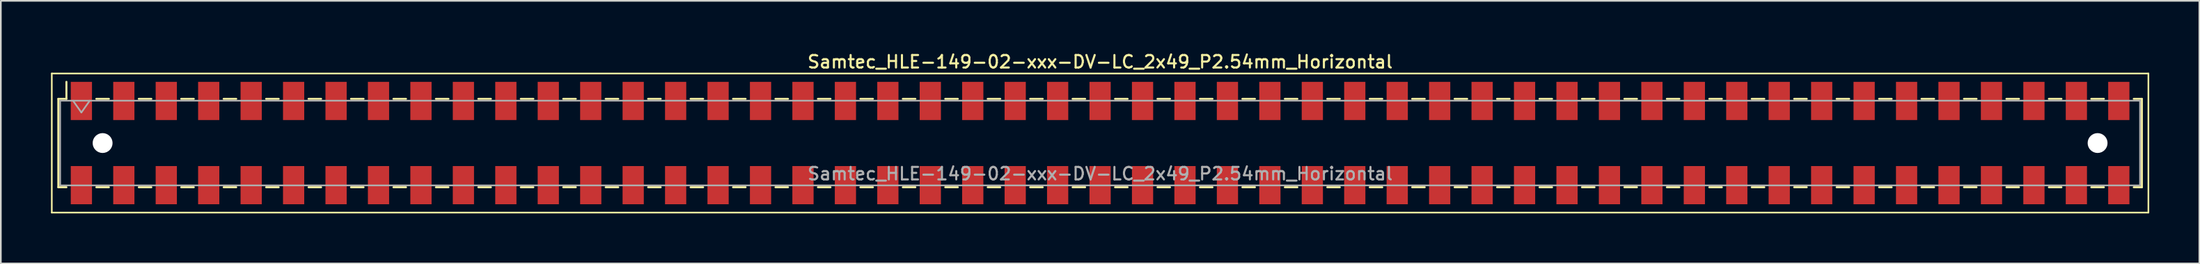
<source format=kicad_pcb>
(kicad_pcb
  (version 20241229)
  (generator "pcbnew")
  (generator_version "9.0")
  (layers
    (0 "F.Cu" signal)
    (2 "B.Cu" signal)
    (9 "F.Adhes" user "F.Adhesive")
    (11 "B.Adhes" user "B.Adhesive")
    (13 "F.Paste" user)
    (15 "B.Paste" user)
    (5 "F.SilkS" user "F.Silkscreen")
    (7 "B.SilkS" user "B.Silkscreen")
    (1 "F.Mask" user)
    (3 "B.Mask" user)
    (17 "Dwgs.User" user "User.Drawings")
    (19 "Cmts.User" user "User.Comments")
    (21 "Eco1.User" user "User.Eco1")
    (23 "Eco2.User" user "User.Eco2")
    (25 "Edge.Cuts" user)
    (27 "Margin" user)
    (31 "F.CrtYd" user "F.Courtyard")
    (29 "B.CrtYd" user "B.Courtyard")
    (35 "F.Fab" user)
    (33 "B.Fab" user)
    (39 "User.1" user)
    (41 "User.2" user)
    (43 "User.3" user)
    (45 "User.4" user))
  (footprint "Samtec_HLE-149-02-xxx-DV-LC_2x49_P2.54mm_Horizontal"
    (layer "F.Cu")
    (at 62.78 5.528)
    (property "Reference" "Samtec_HLE-149-02-xxx-DV-LC_2x49_P2.54mm_Horizontal" (at 0 -4.87 0) (layer "F.SilkS") (effects (font (size 0.75 0.75) (thickness 0.125))))
    (attr smd)
    (fp_line (start -62.73 -4.17) (end 62.73 -4.17) (stroke (width 0.1) (type solid)) (layer "F.SilkS"))
    (fp_line (start -62.73 4.17) (end -62.73 -4.17) (stroke (width 0.1) (type solid)) (layer "F.SilkS"))
    (fp_line (start -62.34 -2.65) (end -62.34 2.65) (stroke (width 0.12) (type solid)) (layer "F.SilkS"))
    (fp_line (start -62.34 2.65) (end -61.855 2.65) (stroke (width 0.12) (type solid)) (layer "F.SilkS"))
    (fp_line (start -61.855 -3.67) (end -61.855 -2.65) (stroke (width 0.12) (type solid)) (layer "F.SilkS"))
    (fp_line (start -61.855 -2.65) (end -62.34 -2.65) (stroke (width 0.12) (type solid)) (layer "F.SilkS"))
    (fp_line (start -60.065 -2.65) (end -59.315 -2.65) (stroke (width 0.12) (type solid)) (layer "F.SilkS"))
    (fp_line (start -60.065 2.65) (end -59.315 2.65) (stroke (width 0.12) (type solid)) (layer "F.SilkS"))
    (fp_line (start -57.525 -2.65) (end -56.775 -2.65) (stroke (width 0.12) (type solid)) (layer "F.SilkS"))
    (fp_line (start -57.525 2.65) (end -56.775 2.65) (stroke (width 0.12) (type solid)) (layer "F.SilkS"))
    (fp_line (start -54.985 -2.65) (end -54.235 -2.65) (stroke (width 0.12) (type solid)) (layer "F.SilkS"))
    (fp_line (start -54.985 2.65) (end -54.235 2.65) (stroke (width 0.12) (type solid)) (layer "F.SilkS"))
    (fp_line (start -52.445 -2.65) (end -51.695 -2.65) (stroke (width 0.12) (type solid)) (layer "F.SilkS"))
    (fp_line (start -52.445 2.65) (end -51.695 2.65) (stroke (width 0.12) (type solid)) (layer "F.SilkS"))
    (fp_line (start -49.905 -2.65) (end -49.155 -2.65) (stroke (width 0.12) (type solid)) (layer "F.SilkS"))
    (fp_line (start -49.905 2.65) (end -49.155 2.65) (stroke (width 0.12) (type solid)) (layer "F.SilkS"))
    (fp_line (start -47.365 -2.65) (end -46.615 -2.65) (stroke (width 0.12) (type solid)) (layer "F.SilkS"))
    (fp_line (start -47.365 2.65) (end -46.615 2.65) (stroke (width 0.12) (type solid)) (layer "F.SilkS"))
    (fp_line (start -44.825 -2.65) (end -44.075 -2.65) (stroke (width 0.12) (type solid)) (layer "F.SilkS"))
    (fp_line (start -44.825 2.65) (end -44.075 2.65) (stroke (width 0.12) (type solid)) (layer "F.SilkS"))
    (fp_line (start -42.285 -2.65) (end -41.535 -2.65) (stroke (width 0.12) (type solid)) (layer "F.SilkS"))
    (fp_line (start -42.285 2.65) (end -41.535 2.65) (stroke (width 0.12) (type solid)) (layer "F.SilkS"))
    (fp_line (start -39.745 -2.65) (end -38.995 -2.65) (stroke (width 0.12) (type solid)) (layer "F.SilkS"))
    (fp_line (start -39.745 2.65) (end -38.995 2.65) (stroke (width 0.12) (type solid)) (layer "F.SilkS"))
    (fp_line (start -37.205 -2.65) (end -36.455 -2.65) (stroke (width 0.12) (type solid)) (layer "F.SilkS"))
    (fp_line (start -37.205 2.65) (end -36.455 2.65) (stroke (width 0.12) (type solid)) (layer "F.SilkS"))
    (fp_line (start -34.665 -2.65) (end -33.915 -2.65) (stroke (width 0.12) (type solid)) (layer "F.SilkS"))
    (fp_line (start -34.665 2.65) (end -33.915 2.65) (stroke (width 0.12) (type solid)) (layer "F.SilkS"))
    (fp_line (start -32.125 -2.65) (end -31.375 -2.65) (stroke (width 0.12) (type solid)) (layer "F.SilkS"))
    (fp_line (start -32.125 2.65) (end -31.375 2.65) (stroke (width 0.12) (type solid)) (layer "F.SilkS"))
    (fp_line (start -29.585 -2.65) (end -28.835 -2.65) (stroke (width 0.12) (type solid)) (layer "F.SilkS"))
    (fp_line (start -29.585 2.65) (end -28.835 2.65) (stroke (width 0.12) (type solid)) (layer "F.SilkS"))
    (fp_line (start -27.045 -2.65) (end -26.295 -2.65) (stroke (width 0.12) (type solid)) (layer "F.SilkS"))
    (fp_line (start -27.045 2.65) (end -26.295 2.65) (stroke (width 0.12) (type solid)) (layer "F.SilkS"))
    (fp_line (start -24.505 -2.65) (end -23.755 -2.65) (stroke (width 0.12) (type solid)) (layer "F.SilkS"))
    (fp_line (start -24.505 2.65) (end -23.755 2.65) (stroke (width 0.12) (type solid)) (layer "F.SilkS"))
    (fp_line (start -21.965 -2.65) (end -21.215 -2.65) (stroke (width 0.12) (type solid)) (layer "F.SilkS"))
    (fp_line (start -21.965 2.65) (end -21.215 2.65) (stroke (width 0.12) (type solid)) (layer "F.SilkS"))
    (fp_line (start -19.425 -2.65) (end -18.675 -2.65) (stroke (width 0.12) (type solid)) (layer "F.SilkS"))
    (fp_line (start -19.425 2.65) (end -18.675 2.65) (stroke (width 0.12) (type solid)) (layer "F.SilkS"))
    (fp_line (start -16.885 -2.65) (end -16.135 -2.65) (stroke (width 0.12) (type solid)) (layer "F.SilkS"))
    (fp_line (start -16.885 2.65) (end -16.135 2.65) (stroke (width 0.12) (type solid)) (layer "F.SilkS"))
    (fp_line (start -14.345 -2.65) (end -13.595 -2.65) (stroke (width 0.12) (type solid)) (layer "F.SilkS"))
    (fp_line (start -14.345 2.65) (end -13.595 2.65) (stroke (width 0.12) (type solid)) (layer "F.SilkS"))
    (fp_line (start -11.805 -2.65) (end -11.055 -2.65) (stroke (width 0.12) (type solid)) (layer "F.SilkS"))
    (fp_line (start -11.805 2.65) (end -11.055 2.65) (stroke (width 0.12) (type solid)) (layer "F.SilkS"))
    (fp_line (start -9.265 -2.65) (end -8.515 -2.65) (stroke (width 0.12) (type solid)) (layer "F.SilkS"))
    (fp_line (start -9.265 2.65) (end -8.515 2.65) (stroke (width 0.12) (type solid)) (layer "F.SilkS"))
    (fp_line (start -6.725 -2.65) (end -5.975 -2.65) (stroke (width 0.12) (type solid)) (layer "F.SilkS"))
    (fp_line (start -6.725 2.65) (end -5.975 2.65) (stroke (width 0.12) (type solid)) (layer "F.SilkS"))
    (fp_line (start -4.185 -2.65) (end -3.435 -2.65) (stroke (width 0.12) (type solid)) (layer "F.SilkS"))
    (fp_line (start -4.185 2.65) (end -3.435 2.65) (stroke (width 0.12) (type solid)) (layer "F.SilkS"))
    (fp_line (start -1.645 -2.65) (end -0.895 -2.65) (stroke (width 0.12) (type solid)) (layer "F.SilkS"))
    (fp_line (start -1.645 2.65) (end -0.895 2.65) (stroke (width 0.12) (type solid)) (layer "F.SilkS"))
    (fp_line (start 0.895 -2.65) (end 1.645 -2.65) (stroke (width 0.12) (type solid)) (layer "F.SilkS"))
    (fp_line (start 0.895 2.65) (end 1.645 2.65) (stroke (width 0.12) (type solid)) (layer "F.SilkS"))
    (fp_line (start 3.435 -2.65) (end 4.185 -2.65) (stroke (width 0.12) (type solid)) (layer "F.SilkS"))
    (fp_line (start 3.435 2.65) (end 4.185 2.65) (stroke (width 0.12) (type solid)) (layer "F.SilkS"))
    (fp_line (start 5.975 -2.65) (end 6.725 -2.65) (stroke (width 0.12) (type solid)) (layer "F.SilkS"))
    (fp_line (start 5.975 2.65) (end 6.725 2.65) (stroke (width 0.12) (type solid)) (layer "F.SilkS"))
    (fp_line (start 8.515 -2.65) (end 9.265 -2.65) (stroke (width 0.12) (type solid)) (layer "F.SilkS"))
    (fp_line (start 8.515 2.65) (end 9.265 2.65) (stroke (width 0.12) (type solid)) (layer "F.SilkS"))
    (fp_line (start 11.055 -2.65) (end 11.805 -2.65) (stroke (width 0.12) (type solid)) (layer "F.SilkS"))
    (fp_line (start 11.055 2.65) (end 11.805 2.65) (stroke (width 0.12) (type solid)) (layer "F.SilkS"))
    (fp_line (start 13.595 -2.65) (end 14.345 -2.65) (stroke (width 0.12) (type solid)) (layer "F.SilkS"))
    (fp_line (start 13.595 2.65) (end 14.345 2.65) (stroke (width 0.12) (type solid)) (layer "F.SilkS"))
    (fp_line (start 16.135 -2.65) (end 16.885 -2.65) (stroke (width 0.12) (type solid)) (layer "F.SilkS"))
    (fp_line (start 16.135 2.65) (end 16.885 2.65) (stroke (width 0.12) (type solid)) (layer "F.SilkS"))
    (fp_line (start 18.675 -2.65) (end 19.425 -2.65) (stroke (width 0.12) (type solid)) (layer "F.SilkS"))
    (fp_line (start 18.675 2.65) (end 19.425 2.65) (stroke (width 0.12) (type solid)) (layer "F.SilkS"))
    (fp_line (start 21.215 -2.65) (end 21.965 -2.65) (stroke (width 0.12) (type solid)) (layer "F.SilkS"))
    (fp_line (start 21.215 2.65) (end 21.965 2.65) (stroke (width 0.12) (type solid)) (layer "F.SilkS"))
    (fp_line (start 23.755 -2.65) (end 24.505 -2.65) (stroke (width 0.12) (type solid)) (layer "F.SilkS"))
    (fp_line (start 23.755 2.65) (end 24.505 2.65) (stroke (width 0.12) (type solid)) (layer "F.SilkS"))
    (fp_line (start 26.295 -2.65) (end 27.045 -2.65) (stroke (width 0.12) (type solid)) (layer "F.SilkS"))
    (fp_line (start 26.295 2.65) (end 27.045 2.65) (stroke (width 0.12) (type solid)) (layer "F.SilkS"))
    (fp_line (start 28.835 -2.65) (end 29.585 -2.65) (stroke (width 0.12) (type solid)) (layer "F.SilkS"))
    (fp_line (start 28.835 2.65) (end 29.585 2.65) (stroke (width 0.12) (type solid)) (layer "F.SilkS"))
    (fp_line (start 31.375 -2.65) (end 32.125 -2.65) (stroke (width 0.12) (type solid)) (layer "F.SilkS"))
    (fp_line (start 31.375 2.65) (end 32.125 2.65) (stroke (width 0.12) (type solid)) (layer "F.SilkS"))
    (fp_line (start 33.915 -2.65) (end 34.665 -2.65) (stroke (width 0.12) (type solid)) (layer "F.SilkS"))
    (fp_line (start 33.915 2.65) (end 34.665 2.65) (stroke (width 0.12) (type solid)) (layer "F.SilkS"))
    (fp_line (start 36.455 -2.65) (end 37.205 -2.65) (stroke (width 0.12) (type solid)) (layer "F.SilkS"))
    (fp_line (start 36.455 2.65) (end 37.205 2.65) (stroke (width 0.12) (type solid)) (layer "F.SilkS"))
    (fp_line (start 38.995 -2.65) (end 39.745 -2.65) (stroke (width 0.12) (type solid)) (layer "F.SilkS"))
    (fp_line (start 38.995 2.65) (end 39.745 2.65) (stroke (width 0.12) (type solid)) (layer "F.SilkS"))
    (fp_line (start 41.535 -2.65) (end 42.285 -2.65) (stroke (width 0.12) (type solid)) (layer "F.SilkS"))
    (fp_line (start 41.535 2.65) (end 42.285 2.65) (stroke (width 0.12) (type solid)) (layer "F.SilkS"))
    (fp_line (start 44.075 -2.65) (end 44.825 -2.65) (stroke (width 0.12) (type solid)) (layer "F.SilkS"))
    (fp_line (start 44.075 2.65) (end 44.825 2.65) (stroke (width 0.12) (type solid)) (layer "F.SilkS"))
    (fp_line (start 46.615 -2.65) (end 47.365 -2.65) (stroke (width 0.12) (type solid)) (layer "F.SilkS"))
    (fp_line (start 46.615 2.65) (end 47.365 2.65) (stroke (width 0.12) (type solid)) (layer "F.SilkS"))
    (fp_line (start 49.155 -2.65) (end 49.905 -2.65) (stroke (width 0.12) (type solid)) (layer "F.SilkS"))
    (fp_line (start 49.155 2.65) (end 49.905 2.65) (stroke (width 0.12) (type solid)) (layer "F.SilkS"))
    (fp_line (start 51.695 -2.65) (end 52.445 -2.65) (stroke (width 0.12) (type solid)) (layer "F.SilkS"))
    (fp_line (start 51.695 2.65) (end 52.445 2.65) (stroke (width 0.12) (type solid)) (layer "F.SilkS"))
    (fp_line (start 54.235 -2.65) (end 54.985 -2.65) (stroke (width 0.12) (type solid)) (layer "F.SilkS"))
    (fp_line (start 54.235 2.65) (end 54.985 2.65) (stroke (width 0.12) (type solid)) (layer "F.SilkS"))
    (fp_line (start 56.775 -2.65) (end 57.525 -2.65) (stroke (width 0.12) (type solid)) (layer "F.SilkS"))
    (fp_line (start 56.775 2.65) (end 57.525 2.65) (stroke (width 0.12) (type solid)) (layer "F.SilkS"))
    (fp_line (start 59.315 -2.65) (end 60.065 -2.65) (stroke (width 0.12) (type solid)) (layer "F.SilkS"))
    (fp_line (start 59.315 2.65) (end 60.065 2.65) (stroke (width 0.12) (type solid)) (layer "F.SilkS"))
    (fp_line (start 61.855 -2.65) (end 62.34 -2.65) (stroke (width 0.12) (type solid)) (layer "F.SilkS"))
    (fp_line (start 62.34 -2.65) (end 62.34 2.65) (stroke (width 0.12) (type solid)) (layer "F.SilkS"))
    (fp_line (start 62.34 2.65) (end 61.855 2.65) (stroke (width 0.12) (type solid)) (layer "F.SilkS"))
    (fp_line (start 62.73 -4.17) (end 62.73 4.17) (stroke (width 0.1) (type solid)) (layer "F.SilkS"))
    (fp_line (start 62.73 4.17) (end -62.73 4.17) (stroke (width 0.1) (type solid)) (layer "F.SilkS"))
    (fp_line (start -62.23 -2.54) (end 62.23 -2.54) (stroke (width 0.1) (type solid)) (layer "F.Fab"))
    (fp_line (start -62.23 2.54) (end -62.23 -2.54) (stroke (width 0.1) (type solid)) (layer "F.Fab"))
    (fp_line (start -61.46 -2.54) (end -60.96 -1.833) (stroke (width 0.1) (type solid)) (layer "F.Fab"))
    (fp_line (start -60.96 -1.833) (end -60.46 -2.54) (stroke (width 0.1) (type solid)) (layer "F.Fab"))
    (fp_line (start 62.23 -2.54) (end 62.23 2.54) (stroke (width 0.1) (type solid)) (layer "F.Fab"))
    (fp_line (start 62.23 2.54) (end -62.23 2.54) (stroke (width 0.1) (type solid)) (layer "F.Fab"))
    (fp_text user "${REFERENCE}" (at 0 1.84 0) (layer "F.Fab") (effects (font (size 0.75 0.75) (thickness 0.125))))
    (pad "" np_thru_hole circle (at -59.69 0) (size 1.19 1.19) (drill 1.19) (layers "*.Cu" "*.Mask"))
    (pad "" np_thru_hole circle (at 59.69 0) (size 1.19 1.19) (drill 1.19) (layers "*.Cu" "*.Mask"))
    (pad "1" smd rect (at -60.96 -2.525) (size 1.27 2.29) (layers "F.Cu" "F.Mask" "F.Paste"))
    (pad "2" smd rect (at -60.96 2.525) (size 1.27 2.29) (layers "F.Cu" "F.Mask" "F.Paste"))
    (pad "3" smd rect (at -58.42 -2.525) (size 1.27 2.29) (layers "F.Cu" "F.Mask" "F.Paste"))
    (pad "4" smd rect (at -58.42 2.525) (size 1.27 2.29) (layers "F.Cu" "F.Mask" "F.Paste"))
    (pad "5" smd rect (at -55.88 -2.525) (size 1.27 2.29) (layers "F.Cu" "F.Mask" "F.Paste"))
    (pad "6" smd rect (at -55.88 2.525) (size 1.27 2.29) (layers "F.Cu" "F.Mask" "F.Paste"))
    (pad "7" smd rect (at -53.34 -2.525) (size 1.27 2.29) (layers "F.Cu" "F.Mask" "F.Paste"))
    (pad "8" smd rect (at -53.34 2.525) (size 1.27 2.29) (layers "F.Cu" "F.Mask" "F.Paste"))
    (pad "9" smd rect (at -50.8 -2.525) (size 1.27 2.29) (layers "F.Cu" "F.Mask" "F.Paste"))
    (pad "10" smd rect (at -50.8 2.525) (size 1.27 2.29) (layers "F.Cu" "F.Mask" "F.Paste"))
    (pad "11" smd rect (at -48.26 -2.525) (size 1.27 2.29) (layers "F.Cu" "F.Mask" "F.Paste"))
    (pad "12" smd rect (at -48.26 2.525) (size 1.27 2.29) (layers "F.Cu" "F.Mask" "F.Paste"))
    (pad "13" smd rect (at -45.72 -2.525) (size 1.27 2.29) (layers "F.Cu" "F.Mask" "F.Paste"))
    (pad "14" smd rect (at -45.72 2.525) (size 1.27 2.29) (layers "F.Cu" "F.Mask" "F.Paste"))
    (pad "15" smd rect (at -43.18 -2.525) (size 1.27 2.29) (layers "F.Cu" "F.Mask" "F.Paste"))
    (pad "16" smd rect (at -43.18 2.525) (size 1.27 2.29) (layers "F.Cu" "F.Mask" "F.Paste"))
    (pad "17" smd rect (at -40.64 -2.525) (size 1.27 2.29) (layers "F.Cu" "F.Mask" "F.Paste"))
    (pad "18" smd rect (at -40.64 2.525) (size 1.27 2.29) (layers "F.Cu" "F.Mask" "F.Paste"))
    (pad "19" smd rect (at -38.1 -2.525) (size 1.27 2.29) (layers "F.Cu" "F.Mask" "F.Paste"))
    (pad "20" smd rect (at -38.1 2.525) (size 1.27 2.29) (layers "F.Cu" "F.Mask" "F.Paste"))
    (pad "21" smd rect (at -35.56 -2.525) (size 1.27 2.29) (layers "F.Cu" "F.Mask" "F.Paste"))
    (pad "22" smd rect (at -35.56 2.525) (size 1.27 2.29) (layers "F.Cu" "F.Mask" "F.Paste"))
    (pad "23" smd rect (at -33.02 -2.525) (size 1.27 2.29) (layers "F.Cu" "F.Mask" "F.Paste"))
    (pad "24" smd rect (at -33.02 2.525) (size 1.27 2.29) (layers "F.Cu" "F.Mask" "F.Paste"))
    (pad "25" smd rect (at -30.48 -2.525) (size 1.27 2.29) (layers "F.Cu" "F.Mask" "F.Paste"))
    (pad "26" smd rect (at -30.48 2.525) (size 1.27 2.29) (layers "F.Cu" "F.Mask" "F.Paste"))
    (pad "27" smd rect (at -27.94 -2.525) (size 1.27 2.29) (layers "F.Cu" "F.Mask" "F.Paste"))
    (pad "28" smd rect (at -27.94 2.525) (size 1.27 2.29) (layers "F.Cu" "F.Mask" "F.Paste"))
    (pad "29" smd rect (at -25.4 -2.525) (size 1.27 2.29) (layers "F.Cu" "F.Mask" "F.Paste"))
    (pad "30" smd rect (at -25.4 2.525) (size 1.27 2.29) (layers "F.Cu" "F.Mask" "F.Paste"))
    (pad "31" smd rect (at -22.86 -2.525) (size 1.27 2.29) (layers "F.Cu" "F.Mask" "F.Paste"))
    (pad "32" smd rect (at -22.86 2.525) (size 1.27 2.29) (layers "F.Cu" "F.Mask" "F.Paste"))
    (pad "33" smd rect (at -20.32 -2.525) (size 1.27 2.29) (layers "F.Cu" "F.Mask" "F.Paste"))
    (pad "34" smd rect (at -20.32 2.525) (size 1.27 2.29) (layers "F.Cu" "F.Mask" "F.Paste"))
    (pad "35" smd rect (at -17.78 -2.525) (size 1.27 2.29) (layers "F.Cu" "F.Mask" "F.Paste"))
    (pad "36" smd rect (at -17.78 2.525) (size 1.27 2.29) (layers "F.Cu" "F.Mask" "F.Paste"))
    (pad "37" smd rect (at -15.24 -2.525) (size 1.27 2.29) (layers "F.Cu" "F.Mask" "F.Paste"))
    (pad "38" smd rect (at -15.24 2.525) (size 1.27 2.29) (layers "F.Cu" "F.Mask" "F.Paste"))
    (pad "39" smd rect (at -12.7 -2.525) (size 1.27 2.29) (layers "F.Cu" "F.Mask" "F.Paste"))
    (pad "40" smd rect (at -12.7 2.525) (size 1.27 2.29) (layers "F.Cu" "F.Mask" "F.Paste"))
    (pad "41" smd rect (at -10.16 -2.525) (size 1.27 2.29) (layers "F.Cu" "F.Mask" "F.Paste"))
    (pad "42" smd rect (at -10.16 2.525) (size 1.27 2.29) (layers "F.Cu" "F.Mask" "F.Paste"))
    (pad "43" smd rect (at -7.62 -2.525) (size 1.27 2.29) (layers "F.Cu" "F.Mask" "F.Paste"))
    (pad "44" smd rect (at -7.62 2.525) (size 1.27 2.29) (layers "F.Cu" "F.Mask" "F.Paste"))
    (pad "45" smd rect (at -5.08 -2.525) (size 1.27 2.29) (layers "F.Cu" "F.Mask" "F.Paste"))
    (pad "46" smd rect (at -5.08 2.525) (size 1.27 2.29) (layers "F.Cu" "F.Mask" "F.Paste"))
    (pad "47" smd rect (at -2.54 -2.525) (size 1.27 2.29) (layers "F.Cu" "F.Mask" "F.Paste"))
    (pad "48" smd rect (at -2.54 2.525) (size 1.27 2.29) (layers "F.Cu" "F.Mask" "F.Paste"))
    (pad "49" smd rect (at 0 -2.525) (size 1.27 2.29) (layers "F.Cu" "F.Mask" "F.Paste"))
    (pad "50" smd rect (at 0 2.525) (size 1.27 2.29) (layers "F.Cu" "F.Mask" "F.Paste"))
    (pad "51" smd rect (at 2.54 -2.525) (size 1.27 2.29) (layers "F.Cu" "F.Mask" "F.Paste"))
    (pad "52" smd rect (at 2.54 2.525) (size 1.27 2.29) (layers "F.Cu" "F.Mask" "F.Paste"))
    (pad "53" smd rect (at 5.08 -2.525) (size 1.27 2.29) (layers "F.Cu" "F.Mask" "F.Paste"))
    (pad "54" smd rect (at 5.08 2.525) (size 1.27 2.29) (layers "F.Cu" "F.Mask" "F.Paste"))
    (pad "55" smd rect (at 7.62 -2.525) (size 1.27 2.29) (layers "F.Cu" "F.Mask" "F.Paste"))
    (pad "56" smd rect (at 7.62 2.525) (size 1.27 2.29) (layers "F.Cu" "F.Mask" "F.Paste"))
    (pad "57" smd rect (at 10.16 -2.525) (size 1.27 2.29) (layers "F.Cu" "F.Mask" "F.Paste"))
    (pad "58" smd rect (at 10.16 2.525) (size 1.27 2.29) (layers "F.Cu" "F.Mask" "F.Paste"))
    (pad "59" smd rect (at 12.7 -2.525) (size 1.27 2.29) (layers "F.Cu" "F.Mask" "F.Paste"))
    (pad "60" smd rect (at 12.7 2.525) (size 1.27 2.29) (layers "F.Cu" "F.Mask" "F.Paste"))
    (pad "61" smd rect (at 15.24 -2.525) (size 1.27 2.29) (layers "F.Cu" "F.Mask" "F.Paste"))
    (pad "62" smd rect (at 15.24 2.525) (size 1.27 2.29) (layers "F.Cu" "F.Mask" "F.Paste"))
    (pad "63" smd rect (at 17.78 -2.525) (size 1.27 2.29) (layers "F.Cu" "F.Mask" "F.Paste"))
    (pad "64" smd rect (at 17.78 2.525) (size 1.27 2.29) (layers "F.Cu" "F.Mask" "F.Paste"))
    (pad "65" smd rect (at 20.32 -2.525) (size 1.27 2.29) (layers "F.Cu" "F.Mask" "F.Paste"))
    (pad "66" smd rect (at 20.32 2.525) (size 1.27 2.29) (layers "F.Cu" "F.Mask" "F.Paste"))
    (pad "67" smd rect (at 22.86 -2.525) (size 1.27 2.29) (layers "F.Cu" "F.Mask" "F.Paste"))
    (pad "68" smd rect (at 22.86 2.525) (size 1.27 2.29) (layers "F.Cu" "F.Mask" "F.Paste"))
    (pad "69" smd rect (at 25.4 -2.525) (size 1.27 2.29) (layers "F.Cu" "F.Mask" "F.Paste"))
    (pad "70" smd rect (at 25.4 2.525) (size 1.27 2.29) (layers "F.Cu" "F.Mask" "F.Paste"))
    (pad "71" smd rect (at 27.94 -2.525) (size 1.27 2.29) (layers "F.Cu" "F.Mask" "F.Paste"))
    (pad "72" smd rect (at 27.94 2.525) (size 1.27 2.29) (layers "F.Cu" "F.Mask" "F.Paste"))
    (pad "73" smd rect (at 30.48 -2.525) (size 1.27 2.29) (layers "F.Cu" "F.Mask" "F.Paste"))
    (pad "74" smd rect (at 30.48 2.525) (size 1.27 2.29) (layers "F.Cu" "F.Mask" "F.Paste"))
    (pad "75" smd rect (at 33.02 -2.525) (size 1.27 2.29) (layers "F.Cu" "F.Mask" "F.Paste"))
    (pad "76" smd rect (at 33.02 2.525) (size 1.27 2.29) (layers "F.Cu" "F.Mask" "F.Paste"))
    (pad "77" smd rect (at 35.56 -2.525) (size 1.27 2.29) (layers "F.Cu" "F.Mask" "F.Paste"))
    (pad "78" smd rect (at 35.56 2.525) (size 1.27 2.29) (layers "F.Cu" "F.Mask" "F.Paste"))
    (pad "79" smd rect (at 38.1 -2.525) (size 1.27 2.29) (layers "F.Cu" "F.Mask" "F.Paste"))
    (pad "80" smd rect (at 38.1 2.525) (size 1.27 2.29) (layers "F.Cu" "F.Mask" "F.Paste"))
    (pad "81" smd rect (at 40.64 -2.525) (size 1.27 2.29) (layers "F.Cu" "F.Mask" "F.Paste"))
    (pad "82" smd rect (at 40.64 2.525) (size 1.27 2.29) (layers "F.Cu" "F.Mask" "F.Paste"))
    (pad "83" smd rect (at 43.18 -2.525) (size 1.27 2.29) (layers "F.Cu" "F.Mask" "F.Paste"))
    (pad "84" smd rect (at 43.18 2.525) (size 1.27 2.29) (layers "F.Cu" "F.Mask" "F.Paste"))
    (pad "85" smd rect (at 45.72 -2.525) (size 1.27 2.29) (layers "F.Cu" "F.Mask" "F.Paste"))
    (pad "86" smd rect (at 45.72 2.525) (size 1.27 2.29) (layers "F.Cu" "F.Mask" "F.Paste"))
    (pad "87" smd rect (at 48.26 -2.525) (size 1.27 2.29) (layers "F.Cu" "F.Mask" "F.Paste"))
    (pad "88" smd rect (at 48.26 2.525) (size 1.27 2.29) (layers "F.Cu" "F.Mask" "F.Paste"))
    (pad "89" smd rect (at 50.8 -2.525) (size 1.27 2.29) (layers "F.Cu" "F.Mask" "F.Paste"))
    (pad "90" smd rect (at 50.8 2.525) (size 1.27 2.29) (layers "F.Cu" "F.Mask" "F.Paste"))
    (pad "91" smd rect (at 53.34 -2.525) (size 1.27 2.29) (layers "F.Cu" "F.Mask" "F.Paste"))
    (pad "92" smd rect (at 53.34 2.525) (size 1.27 2.29) (layers "F.Cu" "F.Mask" "F.Paste"))
    (pad "93" smd rect (at 55.88 -2.525) (size 1.27 2.29) (layers "F.Cu" "F.Mask" "F.Paste"))
    (pad "94" smd rect (at 55.88 2.525) (size 1.27 2.29) (layers "F.Cu" "F.Mask" "F.Paste"))
    (pad "95" smd rect (at 58.42 -2.525) (size 1.27 2.29) (layers "F.Cu" "F.Mask" "F.Paste"))
    (pad "96" smd rect (at 58.42 2.525) (size 1.27 2.29) (layers "F.Cu" "F.Mask" "F.Paste"))
    (pad "97" smd rect (at 60.96 -2.525) (size 1.27 2.29) (layers "F.Cu" "F.Mask" "F.Paste"))
    (pad "98" smd rect (at 60.96 2.525) (size 1.27 2.29) (layers "F.Cu" "F.Mask" "F.Paste")))
  (gr_rect
    (start -3 -3)
    (end 128.56 12.748)
    (stroke (width 0.1) (type default))
    (fill no)
    (layer "Edge.Cuts")))
</source>
